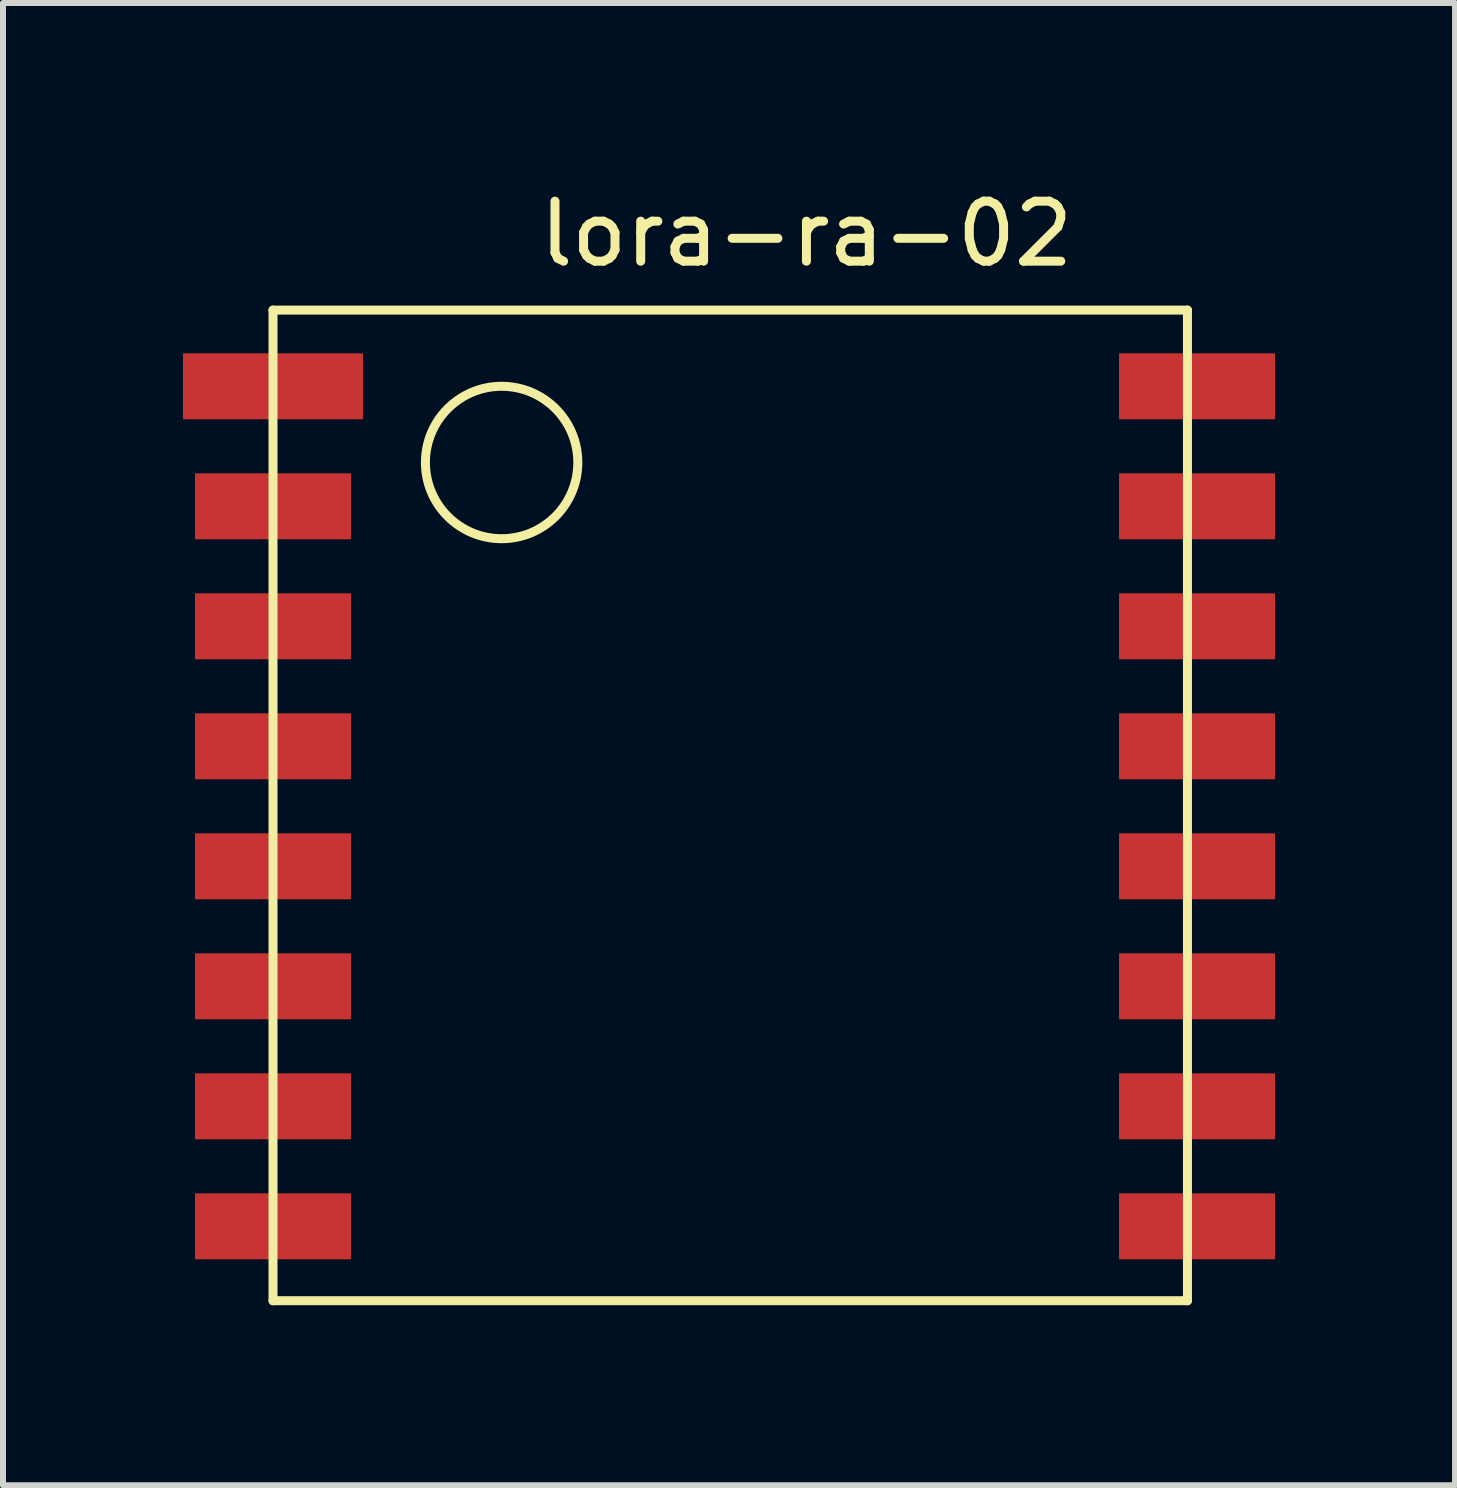
<source format=kicad_pcb>
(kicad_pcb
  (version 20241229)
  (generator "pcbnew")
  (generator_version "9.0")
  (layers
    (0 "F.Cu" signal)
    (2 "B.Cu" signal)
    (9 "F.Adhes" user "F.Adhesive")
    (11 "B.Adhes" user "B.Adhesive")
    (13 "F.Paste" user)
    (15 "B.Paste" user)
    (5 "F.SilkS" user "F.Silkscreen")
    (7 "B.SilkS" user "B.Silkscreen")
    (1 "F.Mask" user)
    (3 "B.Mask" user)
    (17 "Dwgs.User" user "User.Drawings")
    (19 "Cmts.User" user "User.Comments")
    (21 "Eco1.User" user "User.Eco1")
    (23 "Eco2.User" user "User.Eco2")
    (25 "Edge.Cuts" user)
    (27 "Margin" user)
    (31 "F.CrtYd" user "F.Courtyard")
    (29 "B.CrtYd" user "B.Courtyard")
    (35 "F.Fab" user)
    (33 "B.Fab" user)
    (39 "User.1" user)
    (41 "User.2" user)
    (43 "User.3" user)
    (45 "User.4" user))
  (footprint "lora-ra-02"
    (layer "F.Cu")
    (at 1.5 3.388)
    (property "Reference" "lora-ra-02" (at 8.89 -2.54 0) (layer "F.SilkS") (effects (font (size 1 1) (thickness 0.15))))
    (attr through_hole)
    (fp_line (start 0 -1.27) (end 15.24 -1.27) (stroke (width 0.15) (type solid)) (layer "F.SilkS"))
    (fp_line (start 0 15.24) (end 0 -1.27) (stroke (width 0.15) (type solid)) (layer "F.SilkS"))
    (fp_line (start 15.24 -1.27) (end 15.24 15.24) (stroke (width 0.15) (type solid)) (layer "F.SilkS"))
    (fp_line (start 15.24 15.24) (end 0 15.24) (stroke (width 0.15) (type solid)) (layer "F.SilkS"))
    (fp_circle (center 3.81 1.27) (end 3.81 0) (stroke (width 0.15) (type solid)) (fill no) (layer "F.SilkS"))
    (pad "1" smd rect (at 0 0) (size 3 1.1) (layers "F.Cu" "F.Mask" "F.Paste"))
    (pad "2" smd rect (at 0 2) (size 2.6 1.1) (layers "F.Cu" "F.Mask" "F.Paste"))
    (pad "3" smd rect (at 0 4) (size 2.6 1.1) (layers "F.Cu" "F.Mask" "F.Paste"))
    (pad "4" smd rect (at 0 6) (size 2.6 1.1) (layers "F.Cu" "F.Mask" "F.Paste"))
    (pad "5" smd rect (at 0 8) (size 2.6 1.1) (layers "F.Cu" "F.Mask" "F.Paste"))
    (pad "6" smd rect (at 0 10) (size 2.6 1.1) (layers "F.Cu" "F.Mask" "F.Paste"))
    (pad "7" smd rect (at 0 12) (size 2.6 1.1) (layers "F.Cu" "F.Mask" "F.Paste"))
    (pad "8" smd rect (at 0 14) (size 2.6 1.1) (layers "F.Cu" "F.Mask" "F.Paste"))
    (pad "9" smd rect (at 15.4 14) (size 2.6 1.1) (layers "F.Cu" "F.Mask" "F.Paste"))
    (pad "10" smd rect (at 15.4 12) (size 2.6 1.1) (layers "F.Cu" "F.Mask" "F.Paste"))
    (pad "11" smd rect (at 15.4 10) (size 2.6 1.1) (layers "F.Cu" "F.Mask" "F.Paste"))
    (pad "12" smd rect (at 15.4 8) (size 2.6 1.1) (layers "F.Cu" "F.Mask" "F.Paste"))
    (pad "13" smd rect (at 15.4 6) (size 2.6 1.1) (layers "F.Cu" "F.Mask" "F.Paste"))
    (pad "14" smd rect (at 15.4 4) (size 2.6 1.1) (layers "F.Cu" "F.Mask" "F.Paste"))
    (pad "15" smd rect (at 15.4 2) (size 2.6 1.1) (layers "F.Cu" "F.Mask" "F.Paste"))
    (pad "16" smd rect (at 15.4 0) (size 2.6 1.1) (layers "F.Cu" "F.Mask" "F.Paste")))
  (gr_rect
    (start -3 -3)
    (end 21.2 21.703)
    (stroke (width 0.1) (type default))
    (fill no)
    (layer "Edge.Cuts")))
</source>
